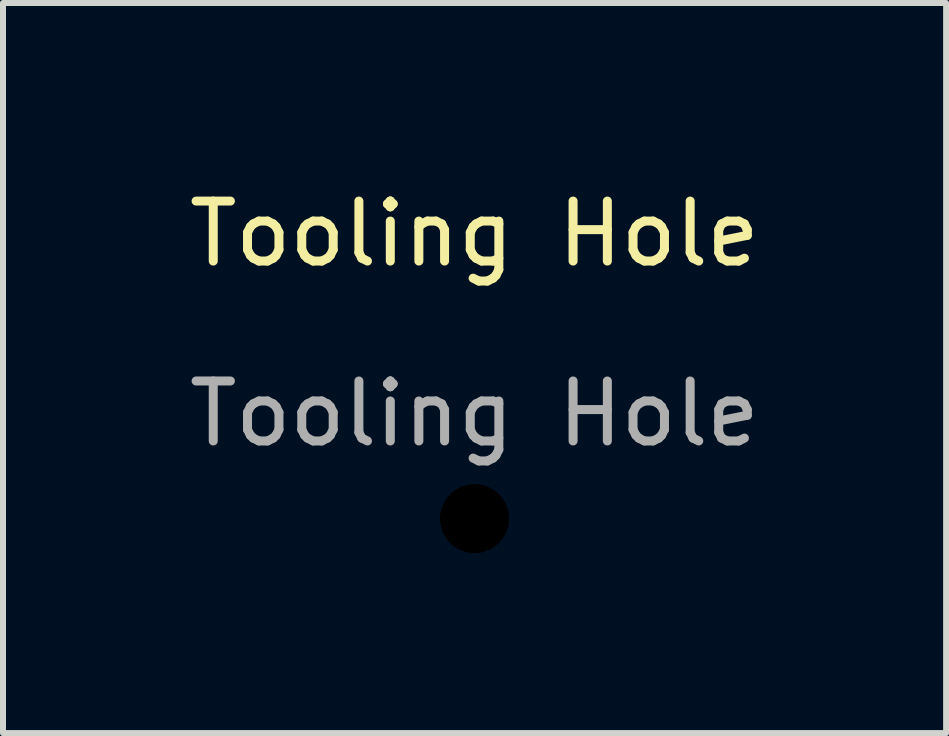
<source format=kicad_pcb>
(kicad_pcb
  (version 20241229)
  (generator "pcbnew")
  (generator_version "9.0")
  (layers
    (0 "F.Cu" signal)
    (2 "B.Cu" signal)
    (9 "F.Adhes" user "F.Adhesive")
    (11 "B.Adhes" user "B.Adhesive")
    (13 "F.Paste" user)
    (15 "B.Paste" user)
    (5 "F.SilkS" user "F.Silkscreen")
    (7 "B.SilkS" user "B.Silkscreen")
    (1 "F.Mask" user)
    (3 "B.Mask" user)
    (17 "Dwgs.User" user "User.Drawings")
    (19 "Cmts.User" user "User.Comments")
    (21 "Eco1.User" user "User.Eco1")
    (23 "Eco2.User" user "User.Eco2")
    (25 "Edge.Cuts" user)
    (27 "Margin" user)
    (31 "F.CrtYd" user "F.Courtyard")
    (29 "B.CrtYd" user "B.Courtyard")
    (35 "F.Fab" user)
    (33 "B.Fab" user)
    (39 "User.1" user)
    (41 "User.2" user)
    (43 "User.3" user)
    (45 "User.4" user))
  (footprint "Tooling Hole"
    (layer "F.Cu")
    (at 4.863 5.598)
    (property "Reference" "Tooling Hole" (at 0 -4.75 0) (unlocked yes) (layer "F.SilkS") (effects (font (size 1 1) (thickness 0.15))))
    (fp_text user "${REFERENCE}" (at 0 -1.75 0) (unlocked yes) (layer "F.Fab") (effects (font (size 1 1) (thickness 0.15))))
    (pad "" np_thru_hole circle (at 0 0) (size 1.152 1.152) (drill 1.152) (layers "*.Mask")))
  (gr_rect
    (start -3 -3)
    (end 12.726 9.174)
    (stroke (width 0.1) (type default))
    (fill no)
    (layer "Edge.Cuts")))
</source>
